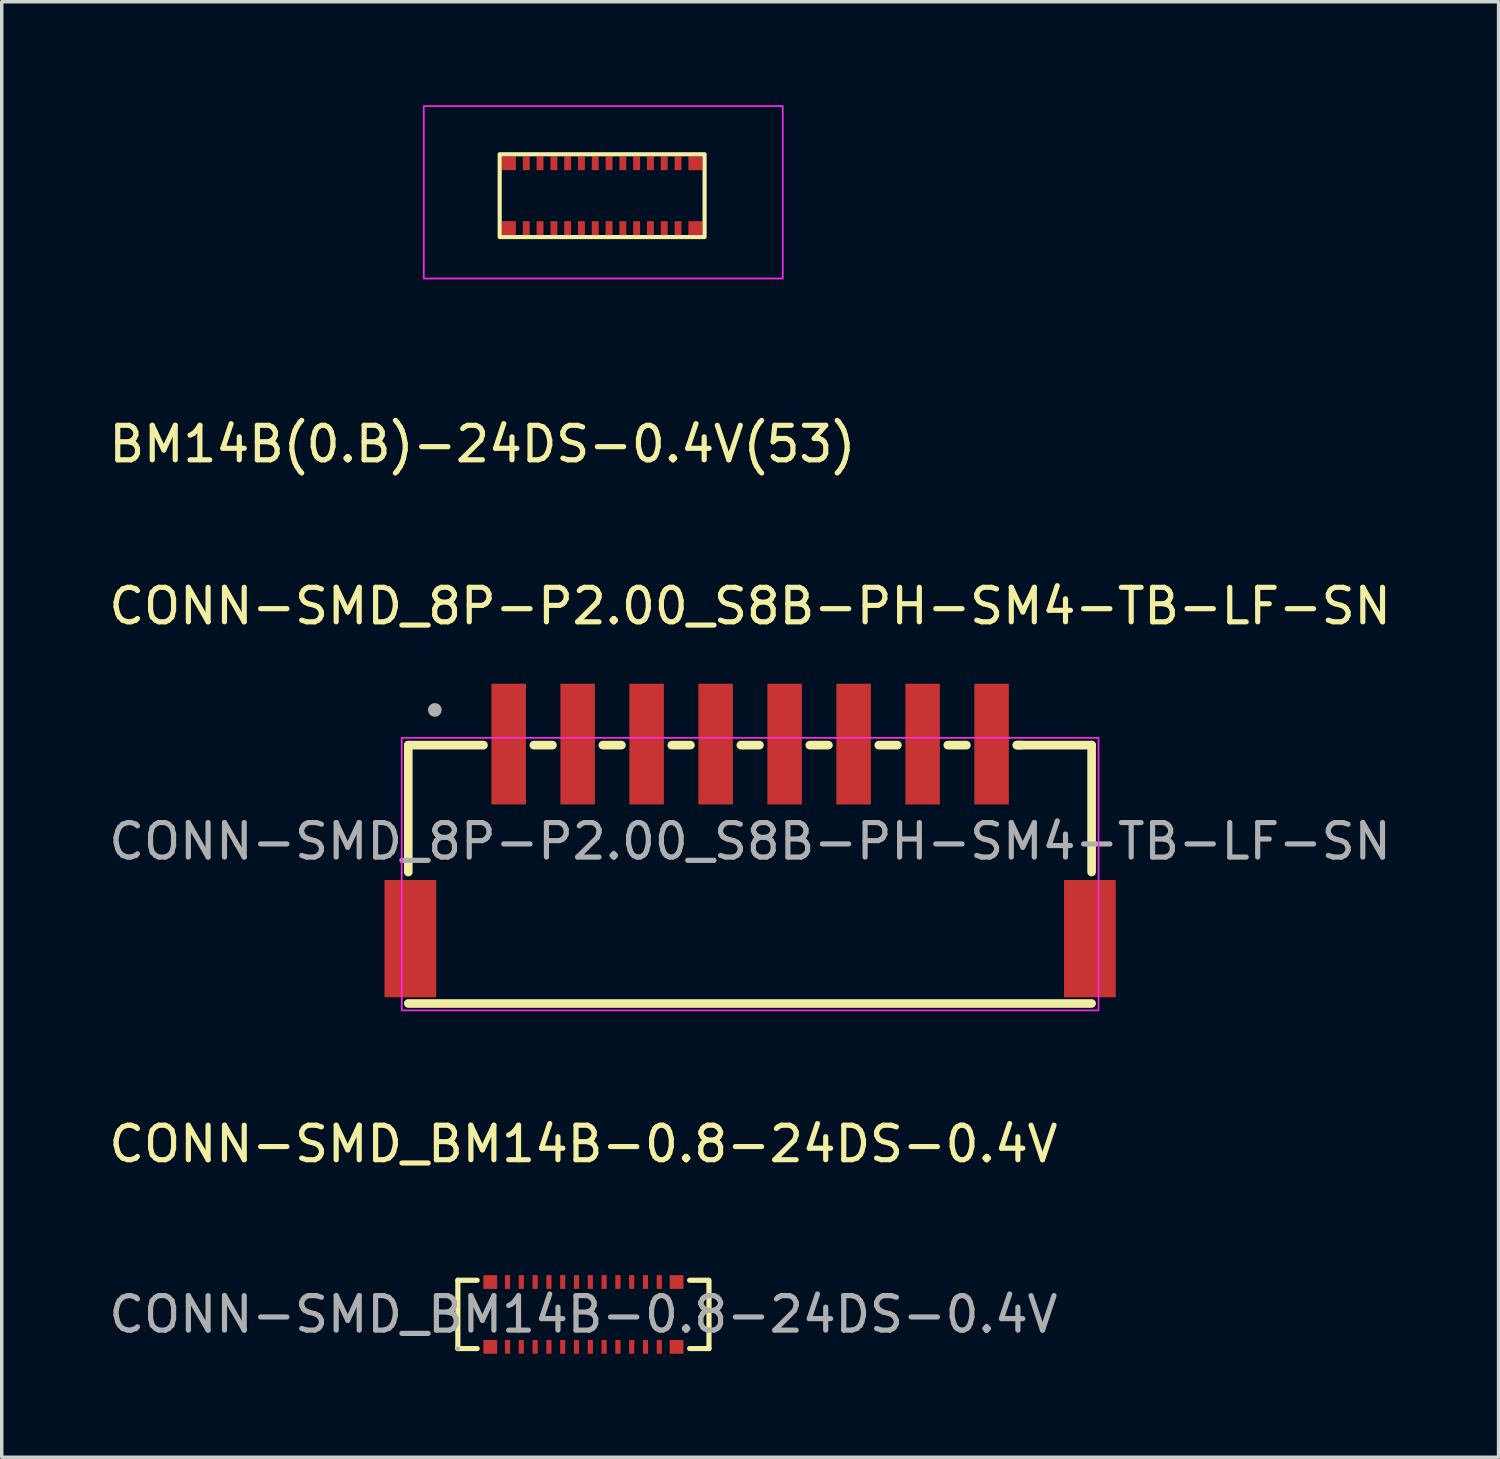
<source format=kicad_pcb>
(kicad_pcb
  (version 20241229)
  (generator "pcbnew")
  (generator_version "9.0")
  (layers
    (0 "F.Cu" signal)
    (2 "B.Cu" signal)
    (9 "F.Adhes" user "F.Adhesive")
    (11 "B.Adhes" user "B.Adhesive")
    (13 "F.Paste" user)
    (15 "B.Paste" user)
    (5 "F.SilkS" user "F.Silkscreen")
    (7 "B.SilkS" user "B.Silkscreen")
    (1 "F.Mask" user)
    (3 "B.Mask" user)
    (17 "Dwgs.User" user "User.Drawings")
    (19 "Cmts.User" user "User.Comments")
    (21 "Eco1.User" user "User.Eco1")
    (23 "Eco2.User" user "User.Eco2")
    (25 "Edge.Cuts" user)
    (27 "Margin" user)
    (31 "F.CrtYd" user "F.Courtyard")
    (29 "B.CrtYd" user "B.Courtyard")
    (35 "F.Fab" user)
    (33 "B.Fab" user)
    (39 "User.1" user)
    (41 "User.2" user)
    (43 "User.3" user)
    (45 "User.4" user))
  (footprint "BM14B(0.B)-24DS-0.4V(53)"
    (layer "F.Cu")
    (at 11.435 3.825)
    (property "Reference" "BM14B(0.B)-24DS-0.4V(53)" (at -0.5 6 0) (unlocked yes) (layer "F.SilkS") (effects (font (size 1 1) (thickness 0.15))))
    (attr smd)
    (fp_rect (start 0.001 -2.403) (end 5.941 -0.003) (stroke (width 0.12) (type solid)) (fill no) (layer "F.SilkS"))
    (fp_rect (start -2.2 -3.8) (end 8.207 1.2) (stroke (width 0.05) (type solid)) (fill no) (layer "F.CrtYd"))
    (pad "1" smd rect (at 0.266 -2.143) (size 0.41 0.4) (layers "F.Cu" "F.Mask" "F.Paste"))
    (pad "2" smd rect (at 0.771 -2.143) (size 0.2 0.4) (layers "F.Cu" "F.Mask" "F.Paste"))
    (pad "3" smd rect (at 1.171 -2.143) (size 0.2 0.4) (layers "F.Cu" "F.Mask" "F.Paste"))
    (pad "4" smd rect (at 1.574 -2.143) (size 0.2 0.4) (layers "F.Cu" "F.Mask" "F.Paste"))
    (pad "5" smd rect (at 1.971 -2.143) (size 0.2 0.4) (layers "F.Cu" "F.Mask" "F.Paste"))
    (pad "6" smd rect (at 2.371 -2.143) (size 0.2 0.4) (layers "F.Cu" "F.Mask" "F.Paste"))
    (pad "7" smd rect (at 2.771 -2.143) (size 0.2 0.4) (layers "F.Cu" "F.Mask" "F.Paste"))
    (pad "8" smd rect (at 3.171 -2.143) (size 0.2 0.4) (layers "F.Cu" "F.Mask" "F.Paste"))
    (pad "9" smd rect (at 3.571 -2.143) (size 0.2 0.4) (layers "F.Cu" "F.Mask" "F.Paste"))
    (pad "10" smd rect (at 3.971 -2.143) (size 0.2 0.4) (layers "F.Cu" "F.Mask" "F.Paste"))
    (pad "11" smd rect (at 4.371 -2.143) (size 0.2 0.4) (layers "F.Cu" "F.Mask" "F.Paste"))
    (pad "12" smd rect (at 4.771 -2.143) (size 0.2 0.4) (layers "F.Cu" "F.Mask" "F.Paste"))
    (pad "13" smd rect (at 5.171 -2.143) (size 0.2 0.4) (layers "F.Cu" "F.Mask" "F.Paste"))
    (pad "14" smd rect (at 5.676 -2.143) (size 0.41 0.4) (layers "F.Cu" "F.Mask" "F.Paste"))
    (pad "15" smd rect (at 5.676 -0.263) (size 0.41 0.4) (layers "F.Cu" "F.Mask" "F.Paste"))
    (pad "16" smd rect (at 5.171 -0.263) (size 0.2 0.4) (layers "F.Cu" "F.Mask" "F.Paste"))
    (pad "17" smd rect (at 4.771 -0.263) (size 0.2 0.4) (layers "F.Cu" "F.Mask" "F.Paste"))
    (pad "18" smd rect (at 4.371 -0.263) (size 0.2 0.4) (layers "F.Cu" "F.Mask" "F.Paste"))
    (pad "19" smd rect (at 3.971 -0.263) (size 0.2 0.4) (layers "F.Cu" "F.Mask" "F.Paste"))
    (pad "20" smd rect (at 3.571 -0.263) (size 0.2 0.4) (layers "F.Cu" "F.Mask" "F.Paste"))
    (pad "21" smd rect (at 3.171 -0.263) (size 0.2 0.4) (layers "F.Cu" "F.Mask" "F.Paste"))
    (pad "22" smd rect (at 2.771 -0.263) (size 0.2 0.4) (layers "F.Cu" "F.Mask" "F.Paste"))
    (pad "23" smd rect (at 2.371 -0.263) (size 0.2 0.4) (layers "F.Cu" "F.Mask" "F.Paste"))
    (pad "24" smd rect (at 1.971 -0.263) (size 0.2 0.4) (layers "F.Cu" "F.Mask" "F.Paste"))
    (pad "25" smd rect (at 1.574 -0.263) (size 0.2 0.4) (layers "F.Cu" "F.Mask" "F.Paste"))
    (pad "26" smd rect (at 1.171 -0.263) (size 0.2 0.4) (layers "F.Cu" "F.Mask" "F.Paste"))
    (pad "27" smd rect (at 0.771 -0.263) (size 0.2 0.4) (layers "F.Cu" "F.Mask" "F.Paste"))
    (pad "28" smd rect (at 0.266 -0.263) (size 0.41 0.4) (layers "F.Cu" "F.Mask" "F.Paste")))
  (footprint "CONN-SMD_BM14B-0.8-24DS-0.4V"
    (layer "F.Cu")
    (at 13.863 35.055)
    (property "Reference" "CONN-SMD_BM14B-0.8-24DS-0.4V" (at 0 -4.94 0) (layer "F.SilkS") (effects (font (size 1 1) (thickness 0.15))))
    (attr smd)
    (fp_line (start -3.64 -0.99) (end -3.08 -0.99) (stroke (width 0.15) (type solid)) (layer "F.SilkS"))
    (fp_line (start -3.64 0.99) (end -3.64 -0.99) (stroke (width 0.15) (type solid)) (layer "F.SilkS"))
    (fp_line (start -3.08 0.99) (end -3.64 0.99) (stroke (width 0.15) (type solid)) (layer "F.SilkS"))
    (fp_line (start 3.08 -0.99) (end 3.62 -0.99) (stroke (width 0.15) (type solid)) (layer "F.SilkS"))
    (fp_line (start 3.64 -0.99) (end 3.64 0.99) (stroke (width 0.15) (type solid)) (layer "F.SilkS"))
    (fp_line (start 3.64 0.99) (end 3.08 0.99) (stroke (width 0.15) (type solid)) (layer "F.SilkS"))
    (fp_circle (center -3.64 0.99) (end -3.61 0.99) (stroke (width 0.06) (type solid)) (fill no) (layer "F.Fab"))
    (fp_text user "${REFERENCE}" (at 0 0 0) (layer "F.Fab") (effects (font (size 1 1) (thickness 0.15))))
    (pad "1" smd rect (at -2.2 0.94 180) (size 0.15 0.4) (layers "F.Cu" "F.Mask" "F.Paste"))
    (pad "2" smd rect (at -1.8 0.94 180) (size 0.15 0.4) (layers "F.Cu" "F.Mask" "F.Paste"))
    (pad "3" smd rect (at -1.4 0.94 180) (size 0.15 0.4) (layers "F.Cu" "F.Mask" "F.Paste"))
    (pad "4" smd rect (at -1 0.94 180) (size 0.15 0.4) (layers "F.Cu" "F.Mask" "F.Paste"))
    (pad "5" smd rect (at -0.6 0.94 180) (size 0.15 0.4) (layers "F.Cu" "F.Mask" "F.Paste"))
    (pad "6" smd rect (at -0.2 0.94 180) (size 0.15 0.4) (layers "F.Cu" "F.Mask" "F.Paste"))
    (pad "7" smd rect (at 0.2 0.94 180) (size 0.15 0.4) (layers "F.Cu" "F.Mask" "F.Paste"))
    (pad "8" smd rect (at 0.6 0.94) (size 0.15 0.4) (layers "F.Cu" "F.Mask" "F.Paste"))
    (pad "9" smd rect (at 1 0.94) (size 0.15 0.4) (layers "F.Cu" "F.Mask" "F.Paste"))
    (pad "10" smd rect (at 1.4 0.94) (size 0.15 0.4) (layers "F.Cu" "F.Mask" "F.Paste"))
    (pad "11" smd rect (at 1.8 0.94) (size 0.15 0.4) (layers "F.Cu" "F.Mask" "F.Paste"))
    (pad "12" smd rect (at 2.2 0.94) (size 0.15 0.4) (layers "F.Cu" "F.Mask" "F.Paste"))
    (pad "13" smd rect (at 2.2 -0.94) (size 0.15 0.4) (layers "F.Cu" "F.Mask" "F.Paste"))
    (pad "14" smd rect (at 1.8 -0.94) (size 0.15 0.4) (layers "F.Cu" "F.Mask" "F.Paste"))
    (pad "15" smd rect (at 1.4 -0.94) (size 0.15 0.4) (layers "F.Cu" "F.Mask" "F.Paste"))
    (pad "16" smd rect (at 1 -0.94) (size 0.15 0.4) (layers "F.Cu" "F.Mask" "F.Paste"))
    (pad "17" smd rect (at 0.6 -0.94) (size 0.15 0.4) (layers "F.Cu" "F.Mask" "F.Paste"))
    (pad "18" smd rect (at 0.2 -0.94 180) (size 0.15 0.4) (layers "F.Cu" "F.Mask" "F.Paste"))
    (pad "19" smd rect (at -0.2 -0.94 180) (size 0.15 0.4) (layers "F.Cu" "F.Mask" "F.Paste"))
    (pad "20" smd rect (at -0.6 -0.94) (size 0.15 0.4) (layers "F.Cu" "F.Mask" "F.Paste"))
    (pad "21" smd rect (at -1 -0.94 180) (size 0.15 0.4) (layers "F.Cu" "F.Mask" "F.Paste"))
    (pad "22" smd rect (at -1.4 -0.94 180) (size 0.15 0.4) (layers "F.Cu" "F.Mask" "F.Paste"))
    (pad "23" smd rect (at -1.8 -0.94) (size 0.15 0.4) (layers "F.Cu" "F.Mask" "F.Paste"))
    (pad "24" smd rect (at -2.2 -0.94 180) (size 0.15 0.4) (layers "F.Cu" "F.Mask" "F.Paste"))
    (pad "SH1" smd rect (at -2.7 0.94) (size 0.4 0.4) (layers "F.Cu" "F.Mask" "F.Paste"))
    (pad "SH2" smd rect (at 2.7 0.94 180) (size 0.4 0.4) (layers "F.Cu" "F.Mask" "F.Paste"))
    (pad "SH3" smd rect (at 2.7 -0.94 180) (size 0.4 0.4) (layers "F.Cu" "F.Mask" "F.Paste"))
    (pad "SH4" smd rect (at -2.7 -0.94 180) (size 0.4 0.4) (layers "F.Cu" "F.Mask" "F.Paste")))
  (footprint "CONN-SMD_8P-P2.00_S8B-PH-SM4-TB-LF-SN"
    (layer "F.Cu")
    (at 18.696 21.341)
    (property "Reference" "CONN-SMD_8P-P2.00_S8B-PH-SM4-TB-LF-SN" (at 0 -6.82 0) (layer "F.SilkS") (effects (font (size 1 1) (thickness 0.15))))
    (attr smd)
    (fp_line (start -9.91 -2.79) (end -7.73 -2.79) (stroke (width 0.25) (type solid)) (layer "F.SilkS"))
    (fp_line (start -9.91 0.89) (end -9.91 -2.79) (stroke (width 0.25) (type solid)) (layer "F.SilkS"))
    (fp_line (start -6.27 -2.79) (end -5.73 -2.79) (stroke (width 0.25) (type solid)) (layer "F.SilkS"))
    (fp_line (start -4.27 -2.79) (end -3.73 -2.79) (stroke (width 0.25) (type solid)) (layer "F.SilkS"))
    (fp_line (start -2.27 -2.79) (end -1.73 -2.79) (stroke (width 0.25) (type solid)) (layer "F.SilkS"))
    (fp_line (start -0.27 -2.79) (end 0.27 -2.79) (stroke (width 0.25) (type solid)) (layer "F.SilkS"))
    (fp_line (start 1.73 -2.79) (end 2.27 -2.79) (stroke (width 0.25) (type solid)) (layer "F.SilkS"))
    (fp_line (start 3.73 -2.79) (end 4.27 -2.79) (stroke (width 0.25) (type solid)) (layer "F.SilkS"))
    (fp_line (start 5.73 -2.79) (end 6.27 -2.79) (stroke (width 0.25) (type solid)) (layer "F.SilkS"))
    (fp_line (start 7.73 -2.79) (end 7.87 -2.79) (stroke (width 0.25) (type solid)) (layer "F.SilkS"))
    (fp_line (start 7.74 -2.79) (end 9.9 -2.79) (stroke (width 0.25) (type solid)) (layer "F.SilkS"))
    (fp_line (start 9.9 -2.79) (end 9.9 0.89) (stroke (width 0.25) (type solid)) (layer "F.SilkS"))
    (fp_line (start 9.9 4.7) (end -9.91 4.7) (stroke (width 0.25) (type solid)) (layer "F.SilkS"))
    (fp_rect (start -10.1 -3) (end 10.1 4.9) (stroke (width 0.05) (type default)) (fill no) (layer "F.CrtYd"))
    (fp_circle (center -9.14 -3.81) (end -9.04 -3.81) (stroke (width 0.2) (type solid)) (fill no) (layer "F.Fab"))
    (fp_text user "${REFERENCE}" (at 0 0 0) (layer "F.Fab") (effects (font (size 1 1) (thickness 0.15))))
    (pad "1" smd rect (at -7 -2.82 180) (size 1 3.5) (layers "F.Cu" "F.Mask" "F.Paste"))
    (pad "2" smd rect (at -5 -2.82 180) (size 1 3.5) (layers "F.Cu" "F.Mask" "F.Paste"))
    (pad "3" smd rect (at -3 -2.82 180) (size 1 3.5) (layers "F.Cu" "F.Mask" "F.Paste"))
    (pad "4" smd rect (at -1 -2.82 180) (size 1 3.5) (layers "F.Cu" "F.Mask" "F.Paste"))
    (pad "5" smd rect (at 1 -2.82 180) (size 1 3.5) (layers "F.Cu" "F.Mask" "F.Paste"))
    (pad "6" smd rect (at 3 -2.82 180) (size 1 3.5) (layers "F.Cu" "F.Mask" "F.Paste"))
    (pad "7" smd rect (at 5 -2.82 180) (size 1 3.5) (layers "F.Cu" "F.Mask" "F.Paste"))
    (pad "8" smd rect (at 7 -2.82 180) (size 1 3.5) (layers "F.Cu" "F.Mask" "F.Paste"))
    (pad "9" smd rect (at -9.85 2.82 180) (size 1.5 3.4) (layers "F.Cu" "F.Mask" "F.Paste"))
    (pad "10" smd rect (at 9.85 2.82 180) (size 1.5 3.4) (layers "F.Cu" "F.Mask" "F.Paste")))
  (gr_rect
    (start -3 -3)
    (end 40.393 39.195)
    (stroke (width 0.1) (type default))
    (fill no)
    (layer "Edge.Cuts")))
</source>
